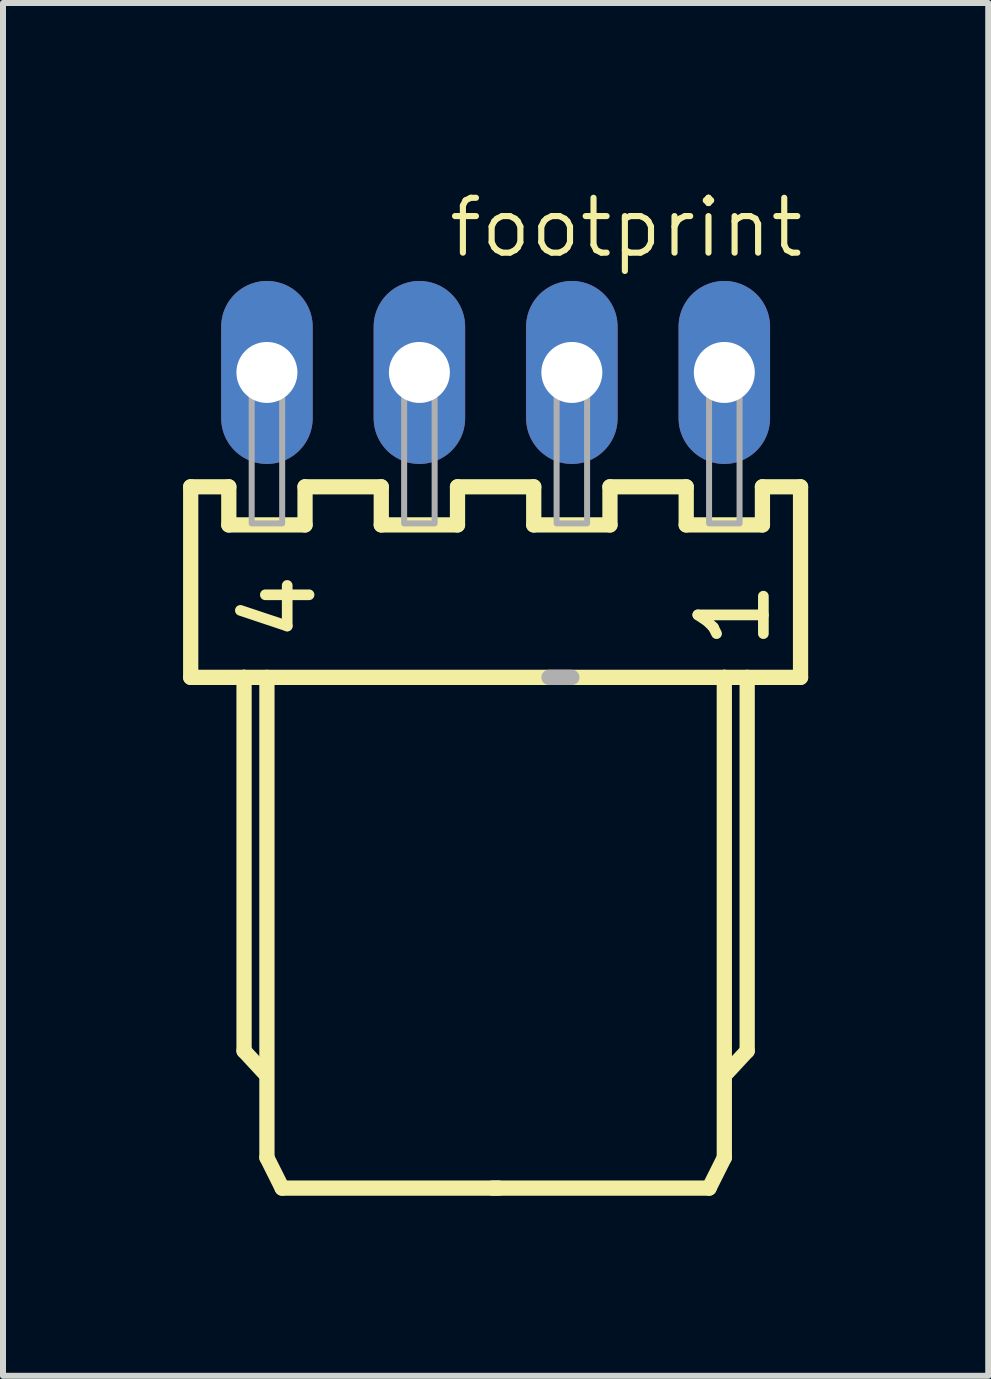
<source format=kicad_pcb>
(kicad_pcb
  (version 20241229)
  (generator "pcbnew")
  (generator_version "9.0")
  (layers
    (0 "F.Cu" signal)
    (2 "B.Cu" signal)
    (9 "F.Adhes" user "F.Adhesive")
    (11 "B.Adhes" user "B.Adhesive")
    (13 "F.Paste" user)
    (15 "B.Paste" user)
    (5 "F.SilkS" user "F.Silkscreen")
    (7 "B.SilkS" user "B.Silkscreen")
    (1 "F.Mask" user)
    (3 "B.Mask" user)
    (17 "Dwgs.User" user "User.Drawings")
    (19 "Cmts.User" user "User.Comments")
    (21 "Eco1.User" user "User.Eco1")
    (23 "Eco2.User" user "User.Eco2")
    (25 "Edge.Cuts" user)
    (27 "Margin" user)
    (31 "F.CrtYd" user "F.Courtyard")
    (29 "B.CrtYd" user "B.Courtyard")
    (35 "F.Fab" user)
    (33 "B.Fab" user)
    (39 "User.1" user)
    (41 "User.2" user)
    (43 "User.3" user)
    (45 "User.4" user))
  (footprint "footprint"
    (layer "F.Cu")
    (at 5.207 3.155)
    (property "Reference" "footprint" (at 5.18 -2.948 0) (layer "F.SilkS") (effects (font (size 0.914 0.914) (thickness 0.102)) (justify right top)))
    (fp_line (start -5.08 1.905) (end -5.08 5.08) (stroke (width 0.254) (type solid)) (layer "F.SilkS"))
    (fp_line (start -5.08 5.08) (end -4.191 5.08) (stroke (width 0.254) (type solid)) (layer "F.SilkS"))
    (fp_line (start -4.445 1.905) (end -5.08 1.905) (stroke (width 0.254) (type solid)) (layer "F.SilkS"))
    (fp_line (start -4.445 2.54) (end -4.445 1.905) (stroke (width 0.254) (type solid)) (layer "F.SilkS"))
    (fp_line (start -4.191 5.08) (end -4.191 11.303) (stroke (width 0.254) (type solid)) (layer "F.SilkS"))
    (fp_line (start -4.191 5.08) (end 3.81 5.08) (stroke (width 0.254) (type solid)) (layer "F.SilkS"))
    (fp_line (start -4.191 11.303) (end -3.861 11.659) (stroke (width 0.254) (type solid)) (layer "F.SilkS"))
    (fp_line (start -3.81 5.08) (end -3.81 13.081) (stroke (width 0.254) (type solid)) (layer "F.SilkS"))
    (fp_line (start -3.81 13.081) (end -3.556 13.589) (stroke (width 0.254) (type solid)) (layer "F.SilkS"))
    (fp_line (start -3.556 13.589) (end 0.051 13.589) (stroke (width 0.254) (type solid)) (layer "F.SilkS"))
    (fp_line (start -3.175 1.905) (end -3.175 2.54) (stroke (width 0.254) (type solid)) (layer "F.SilkS"))
    (fp_line (start -3.175 2.54) (end -4.445 2.54) (stroke (width 0.254) (type solid)) (layer "F.SilkS"))
    (fp_line (start -1.905 1.905) (end -3.175 1.905) (stroke (width 0.254) (type solid)) (layer "F.SilkS"))
    (fp_line (start -1.905 2.54) (end -1.905 1.905) (stroke (width 0.254) (type solid)) (layer "F.SilkS"))
    (fp_line (start -0.635 1.905) (end -0.635 2.54) (stroke (width 0.254) (type solid)) (layer "F.SilkS"))
    (fp_line (start -0.635 2.54) (end -1.905 2.54) (stroke (width 0.254) (type solid)) (layer "F.SilkS"))
    (fp_line (start 0.635 1.905) (end -0.635 1.905) (stroke (width 0.254) (type solid)) (layer "F.SilkS"))
    (fp_line (start 0.635 2.54) (end 0.635 1.905) (stroke (width 0.254) (type solid)) (layer "F.SilkS"))
    (fp_line (start 1.905 1.905) (end 1.905 2.54) (stroke (width 0.254) (type solid)) (layer "F.SilkS"))
    (fp_line (start 1.905 2.54) (end 0.635 2.54) (stroke (width 0.254) (type solid)) (layer "F.SilkS"))
    (fp_line (start 3.175 1.905) (end 1.905 1.905) (stroke (width 0.254) (type solid)) (layer "F.SilkS"))
    (fp_line (start 3.175 2.54) (end 3.175 1.905) (stroke (width 0.254) (type solid)) (layer "F.SilkS"))
    (fp_line (start 3.556 13.589) (end -0.051 13.589) (stroke (width 0.254) (type solid)) (layer "F.SilkS"))
    (fp_line (start 3.81 5.08) (end 3.81 13.081) (stroke (width 0.254) (type solid)) (layer "F.SilkS"))
    (fp_line (start 3.81 5.08) (end 5.08 5.08) (stroke (width 0.254) (type solid)) (layer "F.SilkS"))
    (fp_line (start 3.81 13.081) (end 3.556 13.589) (stroke (width 0.254) (type solid)) (layer "F.SilkS"))
    (fp_line (start 4.191 5.08) (end 4.191 11.303) (stroke (width 0.254) (type solid)) (layer "F.SilkS"))
    (fp_line (start 4.191 11.303) (end 3.861 11.659) (stroke (width 0.254) (type solid)) (layer "F.SilkS"))
    (fp_line (start 4.445 1.905) (end 4.445 2.54) (stroke (width 0.254) (type solid)) (layer "F.SilkS"))
    (fp_line (start 4.445 2.54) (end 3.175 2.54) (stroke (width 0.254) (type solid)) (layer "F.SilkS"))
    (fp_line (start 5.08 1.905) (end 4.445 1.905) (stroke (width 0.254) (type solid)) (layer "F.SilkS"))
    (fp_line (start 5.08 5.08) (end 5.08 1.905) (stroke (width 0.254) (type solid)) (layer "F.SilkS"))
    (fp_line (start 1.27 5.08) (end 0.889 5.08) (stroke (width 0.254) (type solid)) (layer "F.Fab"))
    (fp_poly (pts (xy -4.064 0.254) (xy -3.556 0.254) (xy -3.556 -0.254) (xy -4.064 -0.254)) (stroke (width 0.1) (type solid)) (fill no) (layer "F.Fab"))
    (fp_poly (pts (xy -4.064 2.515) (xy -3.556 2.515) (xy -3.556 0.279) (xy -4.064 0.279)) (stroke (width 0.1) (type solid)) (fill no) (layer "F.Fab"))
    (fp_poly (pts (xy -1.524 0.254) (xy -1.016 0.254) (xy -1.016 -0.254) (xy -1.524 -0.254)) (stroke (width 0.1) (type solid)) (fill no) (layer "F.Fab"))
    (fp_poly (pts (xy -1.524 2.515) (xy -1.016 2.515) (xy -1.016 0.279) (xy -1.524 0.279)) (stroke (width 0.1) (type solid)) (fill no) (layer "F.Fab"))
    (fp_poly (pts (xy 1.016 0.254) (xy 1.524 0.254) (xy 1.524 -0.254) (xy 1.016 -0.254)) (stroke (width 0.1) (type solid)) (fill no) (layer "F.Fab"))
    (fp_poly (pts (xy 1.016 2.515) (xy 1.524 2.515) (xy 1.524 0.279) (xy 1.016 0.279)) (stroke (width 0.1) (type solid)) (fill no) (layer "F.Fab"))
    (fp_poly (pts (xy 3.556 0.254) (xy 4.064 0.254) (xy 4.064 -0.254) (xy 3.556 -0.254)) (stroke (width 0.1) (type solid)) (fill no) (layer "F.Fab"))
    (fp_poly (pts (xy 3.556 2.515) (xy 4.064 2.515) (xy 4.064 0.279) (xy 3.556 0.279)) (stroke (width 0.1) (type solid)) (fill no) (layer "F.Fab"))
    (fp_text user "1" (at 3.326 3.402 90) (layer "F.SilkS") (effects (font (size 1.092 1.092) (thickness 0.178)) (justify right top)))
    (fp_text user "4" (at -4.243 3.275 90) (layer "F.SilkS") (effects (font (size 1.092 1.092) (thickness 0.178)) (justify right top)))
    (pad "1" thru_hole oval (at 3.81 0 90) (size 3.048 1.524) (drill 1.016) (layers "*.Cu" "*.Mask"))
    (pad "2" thru_hole oval (at 1.27 0 90) (size 3.048 1.524) (drill 1.016) (layers "*.Cu" "*.Mask"))
    (pad "3" thru_hole oval (at -1.27 0 90) (size 3.048 1.524) (drill 1.016) (layers "*.Cu" "*.Mask"))
    (pad "4" thru_hole oval (at -3.81 0 90) (size 3.048 1.524) (drill 1.016) (layers "*.Cu" "*.Mask")))
  (gr_rect
    (start -3 -3)
    (end 13.414 19.871)
    (stroke (width 0.1) (type default))
    (fill no)
    (layer "Edge.Cuts")))
</source>
